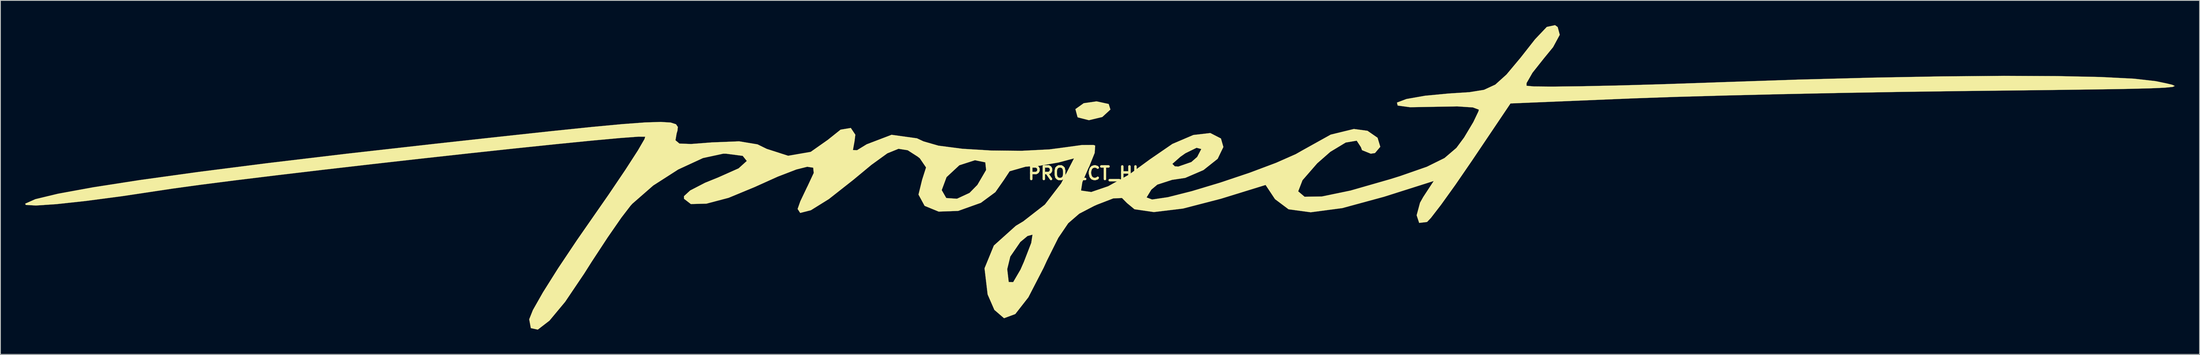
<source format=kicad_pcb>
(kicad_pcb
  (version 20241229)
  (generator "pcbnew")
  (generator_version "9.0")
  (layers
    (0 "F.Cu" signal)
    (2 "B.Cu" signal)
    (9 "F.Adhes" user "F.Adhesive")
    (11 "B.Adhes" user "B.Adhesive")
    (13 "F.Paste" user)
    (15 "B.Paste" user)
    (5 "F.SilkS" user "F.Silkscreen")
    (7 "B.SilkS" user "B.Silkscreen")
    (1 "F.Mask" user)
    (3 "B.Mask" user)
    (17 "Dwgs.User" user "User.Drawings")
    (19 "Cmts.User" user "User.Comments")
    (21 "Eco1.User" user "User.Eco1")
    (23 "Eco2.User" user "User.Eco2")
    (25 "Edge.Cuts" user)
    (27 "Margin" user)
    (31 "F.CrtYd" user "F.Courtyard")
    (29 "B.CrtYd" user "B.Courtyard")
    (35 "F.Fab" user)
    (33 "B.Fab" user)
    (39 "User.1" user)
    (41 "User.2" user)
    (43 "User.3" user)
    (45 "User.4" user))
  (footprint "PROJECT_HUGE"
    (layer "F.Cu")
    (at 130.119 17.984)
    (property "Reference" "PROJECT_HUGE" (at 0 0 0) (layer "F.SilkS") (effects (font (size 1.524 1.524) (thickness 0.3))))
    (attr through_hole)
    (fp_poly (pts (xy 1.182 -8.412) (xy 1.393 -7.739) (xy 0.408 -6.834) (xy -1.213 -6.445) (xy -2.548 -6.784) (xy -2.591 -6.824) (xy -2.85 -7.789) (xy -1.841 -8.509) (xy -0.284 -8.731) (xy 1.182 -8.412)) (stroke (width 0.01) (type solid)) (fill yes) (layer "F.SilkS"))
    (fp_poly (pts (xy 55.593 -17.749) (xy 55.844 -16.811) (xy 55.035 -15.31) (xy 53.931 -13.961) (xy 52.539 -12.205) (xy 51.822 -10.952) (xy 51.815 -10.626) (xy 52.689 -10.544) (xy 54.947 -10.524) (xy 58.386 -10.564) (xy 62.803 -10.658) (xy 67.996 -10.804) (xy 73.763 -10.998) (xy 75.171 -11.05) (xy 84.817 -11.376) (xy 93.876 -11.614) (xy 102.208 -11.765) (xy 109.671 -11.827) (xy 116.125 -11.801) (xy 121.43 -11.687) (xy 125.444 -11.483) (xy 128.027 -11.19) (xy 128.191 -11.158) (xy 129.283 -10.932) (xy 130.055 -10.748) (xy 130.374 -10.601) (xy 130.109 -10.483) (xy 129.127 -10.388) (xy 127.296 -10.31) (xy 124.483 -10.242) (xy 120.556 -10.177) (xy 115.382 -10.109) (xy 108.83 -10.031) (xy 104.378 -9.98) (xy 97.294 -9.882) (xy 89.935 -9.755) (xy 82.662 -9.605) (xy 75.839 -9.441) (xy 69.828 -9.272) (xy 64.991 -9.104) (xy 64.428 -9.081) (xy 49.877 -8.479) (xy 45.198 -1.52) (xy 43.195 1.4) (xy 41.466 3.811) (xy 40.229 5.416) (xy 39.761 5.908) (xy 38.807 6.019) (xy 38.502 5.093) (xy 38.911 3.569) (xy 39.303 2.87) (xy 40.572 0.933) (xy 34.543 2.848) (xy 29.488 4.224) (xy 25.665 4.73) (xy 22.981 4.368) (xy 21.342 3.139) (xy 21.307 3.089) (xy 20.196 1.415) (xy 14.777 3.089) (xy 10.186 4.279) (xy 6.659 4.705) (xy 4.312 4.363) (xy 3.405 3.614) (xy 2.797 2.997) (xy 1.733 3.047) (xy -0.229 3.805) (xy -0.606 3.973) (xy -2.387 4.902) (xy -3.72 6.059) (xy -4.922 7.83) (xy -6.305 10.601) (xy -6.705 11.472) (xy -8.549 15.049) (xy -10.136 17.082) (xy -11.499 17.586) (xy -12.67 16.576) (xy -13.486 14.707) (xy -13.85 11.632) (xy -11.113 11.632) (xy -10.932 13.193) (xy -10.393 13.209) (xy -9.502 11.685) (xy -9.088 10.741) (xy -8.201 8.447) (xy -8.048 7.445) (xy -8.653 7.608) (xy -9.525 8.334) (xy -10.742 10.105) (xy -11.113 11.632) (xy -13.85 11.632) (xy -13.862 11.528) (xy -12.731 8.766) (xy -10.072 6.375) (xy -9.174 5.835) (xy -6.548 3.792) (xy -4.584 1.231) (xy -4.533 1.134) (xy -3.021 -1.813) (xy -4.884 -1.314) (xy -7.195 -0.915) (xy -8.876 -0.805) (xy -10.819 -0.249) (xy -11.512 0.802) (xy -12.55 2.286) (xy -14.304 3.581) (xy -17.052 4.563) (xy -19.422 4.648) (xy -21.123 3.949) (xy -21.865 2.582) (xy -21.732 2.041) (xy -19.05 2.041) (xy -18.501 3) (xy -17.202 3.087) (xy -15.678 2.379) (xy -14.729 1.411) (xy -13.669 -0.404) (xy -13.769 -1.331) (xy -15.025 -1.587) (xy -16.913 -0.979) (xy -18.466 0.465) (xy -19.05 2.041) (xy -21.732 2.041) (xy -21.424 0.779) (xy -20.949 -0.712) (xy -21.705 -1.82) (xy -21.964 -2.024) (xy -23.174 -2.801) (xy -24.288 -2.975) (xy -25.641 -2.425) (xy -27.568 -1.029) (xy -29.766 0.794) (xy -32.723 3.123) (xy -34.907 4.482) (xy -36.2 4.81) (xy -36.513 4.326) (xy -36.183 3.39) (xy -35.38 1.702) (xy -35.301 1.548) (xy -34.559 -0.044) (xy -34.623 -0.684) (xy -35.352 -0.794) (xy -36.667 -0.464) (xy -38.915 0.402) (xy -41.614 1.619) (xy -41.677 1.649) (xy -44.877 2.975) (xy -47.558 3.682) (xy -49.45 3.732) (xy -50.282 3.091) (xy -50.288 2.778) (xy -49.537 2.085) (xy -47.731 1.149) (xy -46.132 0.5) (xy -43.665 -0.6) (xy -42.671 -1.498) (xy -43.166 -2.117) (xy -45.167 -2.378) (xy -45.532 -2.381) (xy -47.977 -1.853) (xy -50.98 -0.466) (xy -54.011 1.481) (xy -56.539 3.691) (xy -56.753 3.926) (xy -57.872 5.383) (xy -59.533 7.784) (xy -61.456 10.717) (xy -62.383 12.182) (xy -64.681 15.593) (xy -66.584 17.881) (xy -68 18.972) (xy -68.841 18.789) (xy -69.039 17.719) (xy -68.592 16.596) (xy -67.373 14.447) (xy -65.539 11.531) (xy -63.251 8.107) (xy -61.84 6.075) (xy -59.412 2.581) (xy -57.376 -0.439) (xy -55.88 -2.757) (xy -55.072 -4.148) (xy -54.979 -4.444) (xy -55.825 -4.446) (xy -58.037 -4.281) (xy -61.403 -3.973) (xy -65.714 -3.545) (xy -70.758 -3.021) (xy -76.325 -2.423) (xy -82.204 -1.775) (xy -88.185 -1.1) (xy -94.056 -0.423) (xy -99.608 0.235) (xy -104.629 0.849) (xy -108.909 1.397) (xy -112.237 1.854) (xy -113.464 2.04) (xy -118.455 2.789) (xy -122.813 3.363) (xy -126.333 3.743) (xy -128.812 3.908) (xy -130.046 3.838) (xy -130.114 3.685) (xy -128.889 3.14) (xy -126.133 2.476) (xy -121.895 1.7) (xy -116.228 0.819) (xy -109.181 -0.159) (xy -100.806 -1.227) (xy -91.153 -2.378) (xy -80.274 -3.603) (xy -80.217 -3.609) (xy -72.599 -4.444) (xy -66.413 -5.112) (xy -61.515 -5.619) (xy -57.759 -5.971) (xy -55 -6.175) (xy -53.092 -6.236) (xy -51.891 -6.16) (xy -51.251 -5.954) (xy -51.026 -5.624) (xy -51.072 -5.175) (xy -51.174 -4.835) (xy -51.314 -4.01) (xy -50.839 -3.611) (xy -49.426 -3.557) (xy -46.887 -3.752) (xy -43.601 -3.882) (xy -41.377 -3.514) (xy -40.261 -2.967) (xy -37.663 -2.129) (xy -34.926 -2.601) (xy -32.865 -4.052) (xy -31.303 -5.299) (xy -30.067 -5.505) (xy -29.519 -4.685) (xy -29.612 -3.917) (xy -29.809 -2.826) (xy -29.309 -2.804) (xy -28.145 -3.52) (xy -25.125 -4.674) (xy -22.055 -4.248) (xy -21.26 -3.877) (xy -19.457 -3.357) (xy -16.55 -2.979) (xy -13.018 -2.764) (xy -9.34 -2.732) (xy -5.995 -2.904) (xy -4.192 -3.141) (xy -2.054 -3.435) (xy -0.665 -3.443) (xy -0.454 -3.364) (xy -0.513 -2.473) (xy -1.179 -0.82) (xy -1.281 -0.619) (xy -2.009 1.071) (xy -2.163 2.057) (xy -2.137 2.097) (xy -0.93 2.271) (xy 1.119 1.571) (xy 3.65 0.16) (xy 5.431 -1.144) (xy 8.897 -1.144) (xy 9.203 -0.843) (xy 9.626 -0.819) (xy 11.195 -1.364) (xy 11.906 -1.984) (xy 12.406 -2.947) (xy 11.832 -3.098) (xy 10.48 -2.436) (xy 9.875 -2.01) (xy 8.897 -1.144) (xy 5.431 -1.144) (xy 6.162 -1.68) (xy 8.904 -3.566) (xy 11.444 -4.651) (xy 13.499 -4.887) (xy 14.787 -4.226) (xy 15.081 -3.195) (xy 14.389 -1.76) (xy 12.668 -0.394) (xy 10.455 0.558) (xy 8.868 0.794) (xy 7.078 1.372) (xy 6.35 1.984) (xy 5.776 2.929) (xy 6.428 3.175) (xy 6.486 3.175) (xy 8.361 2.898) (xy 11.251 2.167) (xy 14.7 1.129) (xy 18.254 -0.065) (xy 21.46 -1.269) (xy 23.861 -2.331) (xy 24.606 -2.756) (xy 28.088 -4.695) (xy 30.896 -5.381) (xy 32.544 -5.159) (xy 33.765 -4.315) (xy 34.096 -3.218) (xy 33.453 -2.458) (xy 32.941 -2.381) (xy 31.884 -2.81) (xy 31.75 -3.175) (xy 31.238 -3.96) (xy 29.902 -3.734) (xy 28.041 -2.608) (xy 26.452 -1.211) (xy 24.67 0.839) (xy 24.148 2.189) (xy 24.921 2.845) (xy 27.022 2.812) (xy 30.487 2.094) (xy 35.349 0.698) (xy 36.494 0.338) (xy 39.743 -0.795) (xy 41.874 -1.849) (xy 43.32 -3.084) (xy 44.252 -4.344) (xy 45.369 -6.215) (xy 45.992 -7.519) (xy 46.039 -7.728) (xy 45.316 -7.996) (xy 43.417 -8.12) (xy 40.75 -8.075) (xy 40.681 -8.072) (xy 37.706 -8.02) (xy 36.203 -8.222) (xy 36.116 -8.584) (xy 37.265 -9.019) (xy 39.513 -9.414) (xy 42.373 -9.685) (xy 44.898 -9.847) (xy 46.66 -10.13) (xy 48.033 -10.765) (xy 49.386 -11.986) (xy 51.091 -14.025) (xy 52.848 -16.263) (xy 54.275 -17.769) (xy 55.274 -17.979) (xy 55.593 -17.749)) (stroke (width 0.01) (type solid)) (fill yes) (layer "F.SilkS")))
  (gr_rect
    (start -3 -3)
    (end 263.499 39.961)
    (stroke (width 0.1) (type default))
    (fill no)
    (layer "Edge.Cuts")))
</source>
